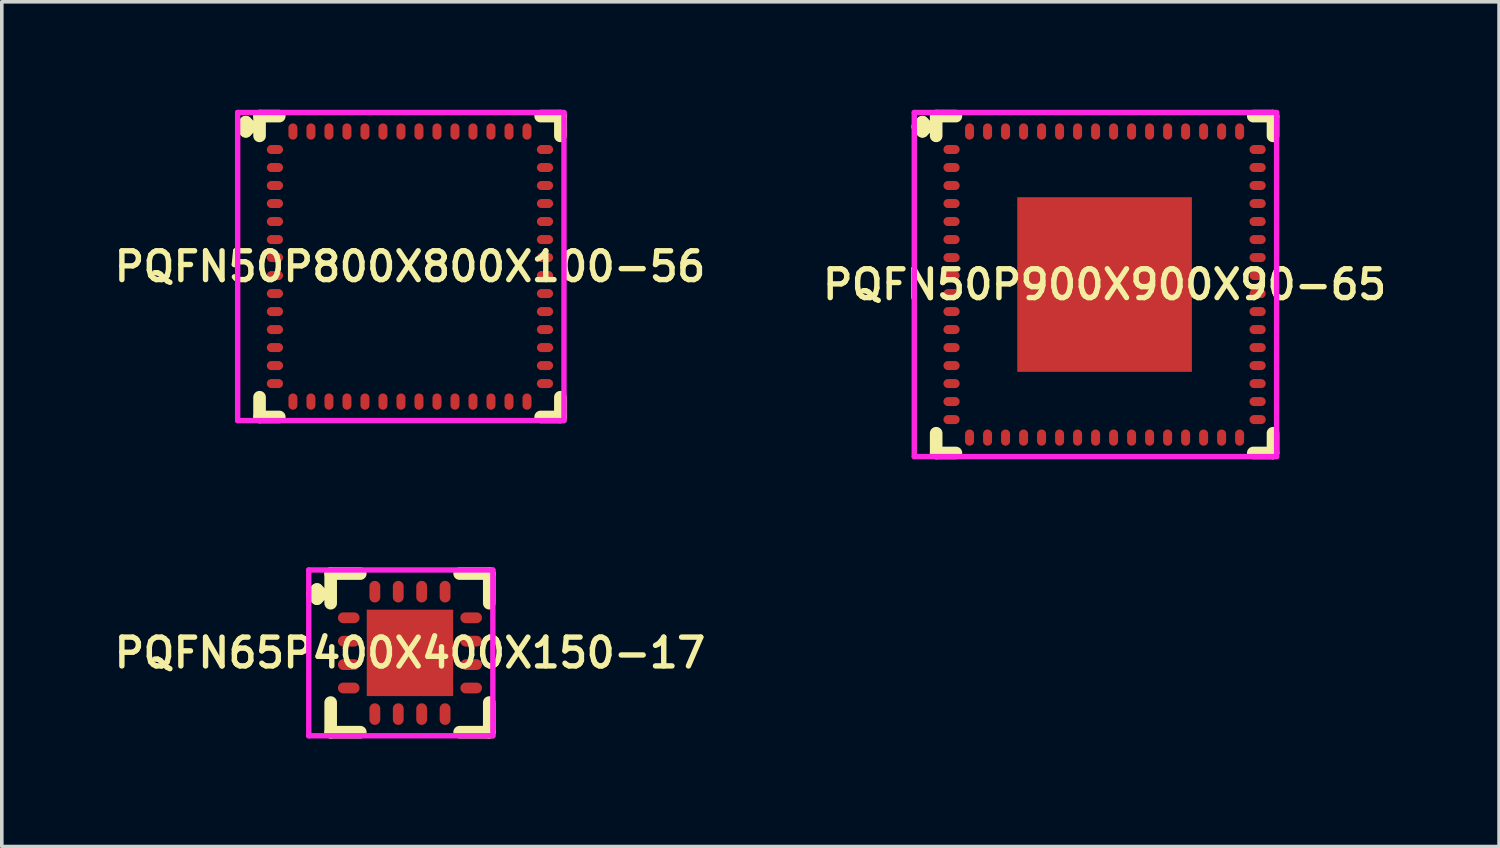
<source format=kicad_pcb>
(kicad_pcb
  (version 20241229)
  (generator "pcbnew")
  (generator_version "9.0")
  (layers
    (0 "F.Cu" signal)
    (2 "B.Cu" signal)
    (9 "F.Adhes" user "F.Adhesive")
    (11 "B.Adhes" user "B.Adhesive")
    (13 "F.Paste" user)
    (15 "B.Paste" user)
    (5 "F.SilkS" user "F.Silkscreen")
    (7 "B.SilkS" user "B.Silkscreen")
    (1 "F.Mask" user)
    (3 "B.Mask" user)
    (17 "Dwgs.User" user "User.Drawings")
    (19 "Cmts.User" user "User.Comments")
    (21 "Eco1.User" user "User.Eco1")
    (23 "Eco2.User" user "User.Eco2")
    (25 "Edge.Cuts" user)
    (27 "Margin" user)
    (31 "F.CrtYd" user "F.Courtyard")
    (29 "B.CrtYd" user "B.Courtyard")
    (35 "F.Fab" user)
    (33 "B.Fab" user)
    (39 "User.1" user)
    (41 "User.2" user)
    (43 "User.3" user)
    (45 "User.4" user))
  (footprint "PQFN65P400X400X150-17"
    (layer "F.Cu")
    (at 8.335 15.081)
    (property "Reference" "PQFN65P400X400X150-17" (at 0 0 0) (layer "F.SilkS") (effects (font (size 0.8 0.8) (thickness 0.15))))
    (attr smd)
    (fp_line (start -2.71 -1.633) (end -2.583 -1.76) (stroke (width 0.35) (type solid)) (layer "F.SilkS"))
    (fp_line (start -2.583 -1.76) (end -2.456 -1.633) (stroke (width 0.35) (type solid)) (layer "F.SilkS"))
    (fp_line (start -2.583 -1.506) (end -2.71 -1.633) (stroke (width 0.35) (type solid)) (layer "F.SilkS"))
    (fp_line (start -2.456 -1.633) (end -2.583 -1.506) (stroke (width 0.35) (type solid)) (layer "F.SilkS"))
    (fp_line (start -2.202 -2.202) (end -1.379 -2.202) (stroke (width 0.35) (type solid)) (layer "F.SilkS"))
    (fp_line (start -2.202 -1.379) (end -2.202 -2.202) (stroke (width 0.35) (type solid)) (layer "F.SilkS"))
    (fp_line (start -2.202 1.379) (end -2.202 2.202) (stroke (width 0.35) (type solid)) (layer "F.SilkS"))
    (fp_line (start -2.202 2.202) (end -1.379 2.202) (stroke (width 0.35) (type solid)) (layer "F.SilkS"))
    (fp_line (start 1.379 -2.202) (end 2.202 -2.202) (stroke (width 0.35) (type solid)) (layer "F.SilkS"))
    (fp_line (start 1.379 2.202) (end 2.202 2.202) (stroke (width 0.35) (type solid)) (layer "F.SilkS"))
    (fp_line (start 2.202 -2.202) (end 2.202 -1.379) (stroke (width 0.35) (type solid)) (layer "F.SilkS"))
    (fp_line (start 2.202 2.202) (end 2.202 1.379) (stroke (width 0.35) (type solid)) (layer "F.SilkS"))
    (fp_line (start -2.81 -2.302) (end 2.302 -2.302) (stroke (width 0.15) (type solid)) (layer "F.CrtYd"))
    (fp_line (start -2.81 2.302) (end -2.81 -2.302) (stroke (width 0.15) (type solid)) (layer "F.CrtYd"))
    (fp_line (start 2.302 -2.302) (end 2.302 2.302) (stroke (width 0.15) (type solid)) (layer "F.CrtYd"))
    (fp_line (start 2.302 2.302) (end -2.81 2.302) (stroke (width 0.15) (type solid)) (layer "F.CrtYd"))
    (pad "1" smd oval (at -1.7 -0.975) (size 0.6 0.3) (layers "F.Cu" "F.Mask" "F.Paste"))
    (pad "2" smd oval (at -1.7 -0.325) (size 0.6 0.3) (layers "F.Cu" "F.Mask" "F.Paste"))
    (pad "3" smd oval (at -1.7 0.325) (size 0.6 0.3) (layers "F.Cu" "F.Mask" "F.Paste"))
    (pad "4" smd oval (at -1.7 0.975) (size 0.6 0.3) (layers "F.Cu" "F.Mask" "F.Paste"))
    (pad "5" smd oval (at -0.975 1.7) (size 0.3 0.6) (layers "F.Cu" "F.Mask" "F.Paste"))
    (pad "6" smd oval (at -0.325 1.7) (size 0.3 0.6) (layers "F.Cu" "F.Mask" "F.Paste"))
    (pad "7" smd oval (at 0.325 1.7) (size 0.3 0.6) (layers "F.Cu" "F.Mask" "F.Paste"))
    (pad "8" smd oval (at 0.975 1.7) (size 0.3 0.6) (layers "F.Cu" "F.Mask" "F.Paste"))
    (pad "9" smd oval (at 1.7 0.975) (size 0.6 0.3) (layers "F.Cu" "F.Mask" "F.Paste"))
    (pad "10" smd oval (at 1.7 0.325) (size 0.6 0.3) (layers "F.Cu" "F.Mask" "F.Paste"))
    (pad "11" smd oval (at 1.7 -0.325) (size 0.6 0.3) (layers "F.Cu" "F.Mask" "F.Paste"))
    (pad "12" smd oval (at 1.7 -0.975) (size 0.6 0.3) (layers "F.Cu" "F.Mask" "F.Paste"))
    (pad "13" smd oval (at 0.975 -1.7) (size 0.3 0.6) (layers "F.Cu" "F.Mask" "F.Paste"))
    (pad "14" smd oval (at 0.325 -1.7) (size 0.3 0.6) (layers "F.Cu" "F.Mask" "F.Paste"))
    (pad "15" smd oval (at -0.325 -1.7) (size 0.3 0.6) (layers "F.Cu" "F.Mask" "F.Paste"))
    (pad "16" smd oval (at -0.975 -1.7) (size 0.3 0.6) (layers "F.Cu" "F.Mask" "F.Paste"))
    (pad "17" smd rect (at 0 0) (size 2.4 2.4) (layers "F.Cu" "F.Mask" "F.Paste")))
  (footprint "PQFN50P900X900X90-65"
    (layer "F.Cu")
    (at 27.625 4.852)
    (property "Reference" "PQFN50P900X900X90-65" (at 0 0 0) (layer "F.SilkS") (effects (font (size 0.8 0.8) (thickness 0.15))))
    (attr smd)
    (fp_line (start -5.185 -4.383) (end -5.058 -4.51) (stroke (width 0.35) (type solid)) (layer "F.SilkS"))
    (fp_line (start -5.058 -4.51) (end -4.931 -4.383) (stroke (width 0.35) (type solid)) (layer "F.SilkS"))
    (fp_line (start -5.058 -4.256) (end -5.185 -4.383) (stroke (width 0.35) (type solid)) (layer "F.SilkS"))
    (fp_line (start -4.931 -4.383) (end -5.058 -4.256) (stroke (width 0.35) (type solid)) (layer "F.SilkS"))
    (fp_line (start -4.677 -4.677) (end -4.129 -4.677) (stroke (width 0.35) (type solid)) (layer "F.SilkS"))
    (fp_line (start -4.677 -4.129) (end -4.677 -4.677) (stroke (width 0.35) (type solid)) (layer "F.SilkS"))
    (fp_line (start -4.677 4.129) (end -4.677 4.677) (stroke (width 0.35) (type solid)) (layer "F.SilkS"))
    (fp_line (start -4.677 4.677) (end -4.129 4.677) (stroke (width 0.35) (type solid)) (layer "F.SilkS"))
    (fp_line (start 4.129 -4.677) (end 4.677 -4.677) (stroke (width 0.35) (type solid)) (layer "F.SilkS"))
    (fp_line (start 4.129 4.677) (end 4.677 4.677) (stroke (width 0.35) (type solid)) (layer "F.SilkS"))
    (fp_line (start 4.677 -4.677) (end 4.677 -4.129) (stroke (width 0.35) (type solid)) (layer "F.SilkS"))
    (fp_line (start 4.677 4.677) (end 4.677 4.129) (stroke (width 0.35) (type solid)) (layer "F.SilkS"))
    (fp_line (start -5.285 -4.777) (end 4.777 -4.777) (stroke (width 0.15) (type solid)) (layer "F.CrtYd"))
    (fp_line (start -5.285 4.777) (end -5.285 -4.777) (stroke (width 0.15) (type solid)) (layer "F.CrtYd"))
    (fp_line (start 4.777 -4.777) (end 4.777 4.777) (stroke (width 0.15) (type solid)) (layer "F.CrtYd"))
    (fp_line (start 4.777 4.777) (end -5.285 4.777) (stroke (width 0.15) (type solid)) (layer "F.CrtYd"))
    (pad "1" smd oval (at -4.25 -3.75) (size 0.45 0.25) (layers "F.Cu" "F.Mask" "F.Paste"))
    (pad "2" smd oval (at -4.25 -3.25) (size 0.45 0.25) (layers "F.Cu" "F.Mask" "F.Paste"))
    (pad "3" smd oval (at -4.25 -2.75) (size 0.45 0.25) (layers "F.Cu" "F.Mask" "F.Paste"))
    (pad "4" smd oval (at -4.25 -2.25) (size 0.45 0.25) (layers "F.Cu" "F.Mask" "F.Paste"))
    (pad "5" smd oval (at -4.25 -1.75) (size 0.45 0.25) (layers "F.Cu" "F.Mask" "F.Paste"))
    (pad "6" smd oval (at -4.25 -1.25) (size 0.45 0.25) (layers "F.Cu" "F.Mask" "F.Paste"))
    (pad "7" smd oval (at -4.25 -0.75) (size 0.45 0.25) (layers "F.Cu" "F.Mask" "F.Paste"))
    (pad "8" smd oval (at -4.25 -0.25) (size 0.45 0.25) (layers "F.Cu" "F.Mask" "F.Paste"))
    (pad "9" smd oval (at -4.25 0.25) (size 0.45 0.25) (layers "F.Cu" "F.Mask" "F.Paste"))
    (pad "10" smd oval (at -4.25 0.75) (size 0.45 0.25) (layers "F.Cu" "F.Mask" "F.Paste"))
    (pad "11" smd oval (at -4.25 1.25) (size 0.45 0.25) (layers "F.Cu" "F.Mask" "F.Paste"))
    (pad "12" smd oval (at -4.25 1.75) (size 0.45 0.25) (layers "F.Cu" "F.Mask" "F.Paste"))
    (pad "13" smd oval (at -4.25 2.25) (size 0.45 0.25) (layers "F.Cu" "F.Mask" "F.Paste"))
    (pad "14" smd oval (at -4.25 2.75) (size 0.45 0.25) (layers "F.Cu" "F.Mask" "F.Paste"))
    (pad "15" smd oval (at -4.25 3.25) (size 0.45 0.25) (layers "F.Cu" "F.Mask" "F.Paste"))
    (pad "16" smd oval (at -4.25 3.75) (size 0.45 0.25) (layers "F.Cu" "F.Mask" "F.Paste"))
    (pad "17" smd oval (at -3.75 4.25) (size 0.25 0.45) (layers "F.Cu" "F.Mask" "F.Paste"))
    (pad "18" smd oval (at -3.25 4.25) (size 0.25 0.45) (layers "F.Cu" "F.Mask" "F.Paste"))
    (pad "19" smd oval (at -2.75 4.25) (size 0.25 0.45) (layers "F.Cu" "F.Mask" "F.Paste"))
    (pad "20" smd oval (at -2.25 4.25) (size 0.25 0.45) (layers "F.Cu" "F.Mask" "F.Paste"))
    (pad "21" smd oval (at -1.75 4.25) (size 0.25 0.45) (layers "F.Cu" "F.Mask" "F.Paste"))
    (pad "22" smd oval (at -1.25 4.25) (size 0.25 0.45) (layers "F.Cu" "F.Mask" "F.Paste"))
    (pad "23" smd oval (at -0.75 4.25) (size 0.25 0.45) (layers "F.Cu" "F.Mask" "F.Paste"))
    (pad "24" smd oval (at -0.25 4.25) (size 0.25 0.45) (layers "F.Cu" "F.Mask" "F.Paste"))
    (pad "25" smd oval (at 0.25 4.25) (size 0.25 0.45) (layers "F.Cu" "F.Mask" "F.Paste"))
    (pad "26" smd oval (at 0.75 4.25) (size 0.25 0.45) (layers "F.Cu" "F.Mask" "F.Paste"))
    (pad "27" smd oval (at 1.25 4.25) (size 0.25 0.45) (layers "F.Cu" "F.Mask" "F.Paste"))
    (pad "28" smd oval (at 1.75 4.25) (size 0.25 0.45) (layers "F.Cu" "F.Mask" "F.Paste"))
    (pad "29" smd oval (at 2.25 4.25) (size 0.25 0.45) (layers "F.Cu" "F.Mask" "F.Paste"))
    (pad "30" smd oval (at 2.75 4.25) (size 0.25 0.45) (layers "F.Cu" "F.Mask" "F.Paste"))
    (pad "31" smd oval (at 3.25 4.25) (size 0.25 0.45) (layers "F.Cu" "F.Mask" "F.Paste"))
    (pad "32" smd oval (at 3.75 4.25) (size 0.25 0.45) (layers "F.Cu" "F.Mask" "F.Paste"))
    (pad "33" smd oval (at 4.25 3.75) (size 0.45 0.25) (layers "F.Cu" "F.Mask" "F.Paste"))
    (pad "34" smd oval (at 4.25 3.25) (size 0.45 0.25) (layers "F.Cu" "F.Mask" "F.Paste"))
    (pad "35" smd oval (at 4.25 2.75) (size 0.45 0.25) (layers "F.Cu" "F.Mask" "F.Paste"))
    (pad "36" smd oval (at 4.25 2.25) (size 0.45 0.25) (layers "F.Cu" "F.Mask" "F.Paste"))
    (pad "37" smd oval (at 4.25 1.75) (size 0.45 0.25) (layers "F.Cu" "F.Mask" "F.Paste"))
    (pad "38" smd oval (at 4.25 1.25) (size 0.45 0.25) (layers "F.Cu" "F.Mask" "F.Paste"))
    (pad "39" smd oval (at 4.25 0.75) (size 0.45 0.25) (layers "F.Cu" "F.Mask" "F.Paste"))
    (pad "40" smd oval (at 4.25 0.25) (size 0.45 0.25) (layers "F.Cu" "F.Mask" "F.Paste"))
    (pad "41" smd oval (at 4.25 -0.25) (size 0.45 0.25) (layers "F.Cu" "F.Mask" "F.Paste"))
    (pad "42" smd oval (at 4.25 -0.75) (size 0.45 0.25) (layers "F.Cu" "F.Mask" "F.Paste"))
    (pad "43" smd oval (at 4.25 -1.25) (size 0.45 0.25) (layers "F.Cu" "F.Mask" "F.Paste"))
    (pad "44" smd oval (at 4.25 -1.75) (size 0.45 0.25) (layers "F.Cu" "F.Mask" "F.Paste"))
    (pad "45" smd oval (at 4.25 -2.25) (size 0.45 0.25) (layers "F.Cu" "F.Mask" "F.Paste"))
    (pad "46" smd oval (at 4.25 -2.75) (size 0.45 0.25) (layers "F.Cu" "F.Mask" "F.Paste"))
    (pad "47" smd oval (at 4.25 -3.25) (size 0.45 0.25) (layers "F.Cu" "F.Mask" "F.Paste"))
    (pad "48" smd oval (at 4.25 -3.75) (size 0.45 0.25) (layers "F.Cu" "F.Mask" "F.Paste"))
    (pad "49" smd oval (at 3.75 -4.25) (size 0.25 0.45) (layers "F.Cu" "F.Mask" "F.Paste"))
    (pad "50" smd oval (at 3.25 -4.25) (size 0.25 0.45) (layers "F.Cu" "F.Mask" "F.Paste"))
    (pad "51" smd oval (at 2.75 -4.25) (size 0.25 0.45) (layers "F.Cu" "F.Mask" "F.Paste"))
    (pad "52" smd oval (at 2.25 -4.25) (size 0.25 0.45) (layers "F.Cu" "F.Mask" "F.Paste"))
    (pad "53" smd oval (at 1.75 -4.25) (size 0.25 0.45) (layers "F.Cu" "F.Mask" "F.Paste"))
    (pad "54" smd oval (at 1.25 -4.25) (size 0.25 0.45) (layers "F.Cu" "F.Mask" "F.Paste"))
    (pad "55" smd oval (at 0.75 -4.25) (size 0.25 0.45) (layers "F.Cu" "F.Mask" "F.Paste"))
    (pad "56" smd oval (at 0.25 -4.25) (size 0.25 0.45) (layers "F.Cu" "F.Mask" "F.Paste"))
    (pad "57" smd oval (at -0.25 -4.25) (size 0.25 0.45) (layers "F.Cu" "F.Mask" "F.Paste"))
    (pad "58" smd oval (at -0.75 -4.25) (size 0.25 0.45) (layers "F.Cu" "F.Mask" "F.Paste"))
    (pad "59" smd oval (at -1.25 -4.25) (size 0.25 0.45) (layers "F.Cu" "F.Mask" "F.Paste"))
    (pad "60" smd oval (at -1.75 -4.25) (size 0.25 0.45) (layers "F.Cu" "F.Mask" "F.Paste"))
    (pad "61" smd oval (at -2.25 -4.25) (size 0.25 0.45) (layers "F.Cu" "F.Mask" "F.Paste"))
    (pad "62" smd oval (at -2.75 -4.25) (size 0.25 0.45) (layers "F.Cu" "F.Mask" "F.Paste"))
    (pad "63" smd oval (at -3.25 -4.25) (size 0.25 0.45) (layers "F.Cu" "F.Mask" "F.Paste"))
    (pad "64" smd oval (at -3.75 -4.25) (size 0.25 0.45) (layers "F.Cu" "F.Mask" "F.Paste"))
    (pad "65" smd rect (at 0 0) (size 4.85 4.85) (layers "F.Cu" "F.Mask" "F.Paste")))
  (footprint "PQFN50P800X800X100-56"
    (layer "F.Cu")
    (at 8.335 4.352)
    (property "Reference" "PQFN50P800X800X100-56" (at 0 0 0) (layer "F.SilkS") (effects (font (size 0.8 0.8) (thickness 0.15))))
    (attr smd)
    (fp_line (start -4.685 -3.883) (end -4.558 -4.01) (stroke (width 0.35) (type solid)) (layer "F.SilkS"))
    (fp_line (start -4.558 -4.01) (end -4.431 -3.883) (stroke (width 0.35) (type solid)) (layer "F.SilkS"))
    (fp_line (start -4.558 -3.756) (end -4.685 -3.883) (stroke (width 0.35) (type solid)) (layer "F.SilkS"))
    (fp_line (start -4.431 -3.883) (end -4.558 -3.756) (stroke (width 0.35) (type solid)) (layer "F.SilkS"))
    (fp_line (start -4.177 -4.177) (end -3.629 -4.177) (stroke (width 0.35) (type solid)) (layer "F.SilkS"))
    (fp_line (start -4.177 -3.629) (end -4.177 -4.177) (stroke (width 0.35) (type solid)) (layer "F.SilkS"))
    (fp_line (start -4.177 3.629) (end -4.177 4.177) (stroke (width 0.35) (type solid)) (layer "F.SilkS"))
    (fp_line (start -4.177 4.177) (end -3.629 4.177) (stroke (width 0.35) (type solid)) (layer "F.SilkS"))
    (fp_line (start 3.629 -4.177) (end 4.177 -4.177) (stroke (width 0.35) (type solid)) (layer "F.SilkS"))
    (fp_line (start 3.629 4.177) (end 4.177 4.177) (stroke (width 0.35) (type solid)) (layer "F.SilkS"))
    (fp_line (start 4.177 -4.177) (end 4.177 -3.629) (stroke (width 0.35) (type solid)) (layer "F.SilkS"))
    (fp_line (start 4.177 4.177) (end 4.177 3.629) (stroke (width 0.35) (type solid)) (layer "F.SilkS"))
    (fp_line (start -4.785 -4.277) (end 4.277 -4.277) (stroke (width 0.15) (type solid)) (layer "F.CrtYd"))
    (fp_line (start -4.785 4.277) (end -4.785 -4.277) (stroke (width 0.15) (type solid)) (layer "F.CrtYd"))
    (fp_line (start 4.277 -4.277) (end 4.277 4.277) (stroke (width 0.15) (type solid)) (layer "F.CrtYd"))
    (fp_line (start 4.277 4.277) (end -4.785 4.277) (stroke (width 0.15) (type solid)) (layer "F.CrtYd"))
    (pad "1" smd oval (at -3.75 -3.25) (size 0.45 0.25) (layers "F.Cu" "F.Mask" "F.Paste"))
    (pad "2" smd oval (at -3.75 -2.75) (size 0.45 0.25) (layers "F.Cu" "F.Mask" "F.Paste"))
    (pad "3" smd oval (at -3.75 -2.25) (size 0.45 0.25) (layers "F.Cu" "F.Mask" "F.Paste"))
    (pad "4" smd oval (at -3.75 -1.75) (size 0.45 0.25) (layers "F.Cu" "F.Mask" "F.Paste"))
    (pad "5" smd oval (at -3.75 -1.25) (size 0.45 0.25) (layers "F.Cu" "F.Mask" "F.Paste"))
    (pad "6" smd oval (at -3.75 -0.75) (size 0.45 0.25) (layers "F.Cu" "F.Mask" "F.Paste"))
    (pad "7" smd oval (at -3.75 -0.25) (size 0.45 0.25) (layers "F.Cu" "F.Mask" "F.Paste"))
    (pad "8" smd oval (at -3.75 0.25) (size 0.45 0.25) (layers "F.Cu" "F.Mask" "F.Paste"))
    (pad "9" smd oval (at -3.75 0.75) (size 0.45 0.25) (layers "F.Cu" "F.Mask" "F.Paste"))
    (pad "10" smd oval (at -3.75 1.25) (size 0.45 0.25) (layers "F.Cu" "F.Mask" "F.Paste"))
    (pad "11" smd oval (at -3.75 1.75) (size 0.45 0.25) (layers "F.Cu" "F.Mask" "F.Paste"))
    (pad "12" smd oval (at -3.75 2.25) (size 0.45 0.25) (layers "F.Cu" "F.Mask" "F.Paste"))
    (pad "13" smd oval (at -3.75 2.75) (size 0.45 0.25) (layers "F.Cu" "F.Mask" "F.Paste"))
    (pad "14" smd oval (at -3.75 3.25) (size 0.45 0.25) (layers "F.Cu" "F.Mask" "F.Paste"))
    (pad "15" smd oval (at -3.25 3.75) (size 0.25 0.45) (layers "F.Cu" "F.Mask" "F.Paste"))
    (pad "16" smd oval (at -2.75 3.75) (size 0.25 0.45) (layers "F.Cu" "F.Mask" "F.Paste"))
    (pad "17" smd oval (at -2.25 3.75) (size 0.25 0.45) (layers "F.Cu" "F.Mask" "F.Paste"))
    (pad "18" smd oval (at -1.75 3.75) (size 0.25 0.45) (layers "F.Cu" "F.Mask" "F.Paste"))
    (pad "19" smd oval (at -1.25 3.75) (size 0.25 0.45) (layers "F.Cu" "F.Mask" "F.Paste"))
    (pad "20" smd oval (at -0.75 3.75) (size 0.25 0.45) (layers "F.Cu" "F.Mask" "F.Paste"))
    (pad "21" smd oval (at -0.25 3.75) (size 0.25 0.45) (layers "F.Cu" "F.Mask" "F.Paste"))
    (pad "22" smd oval (at 0.25 3.75) (size 0.25 0.45) (layers "F.Cu" "F.Mask" "F.Paste"))
    (pad "23" smd oval (at 0.75 3.75) (size 0.25 0.45) (layers "F.Cu" "F.Mask" "F.Paste"))
    (pad "24" smd oval (at 1.25 3.75) (size 0.25 0.45) (layers "F.Cu" "F.Mask" "F.Paste"))
    (pad "25" smd oval (at 1.75 3.75) (size 0.25 0.45) (layers "F.Cu" "F.Mask" "F.Paste"))
    (pad "26" smd oval (at 2.25 3.75) (size 0.25 0.45) (layers "F.Cu" "F.Mask" "F.Paste"))
    (pad "27" smd oval (at 2.75 3.75) (size 0.25 0.45) (layers "F.Cu" "F.Mask" "F.Paste"))
    (pad "28" smd oval (at 3.25 3.75) (size 0.25 0.45) (layers "F.Cu" "F.Mask" "F.Paste"))
    (pad "29" smd oval (at 3.75 3.25) (size 0.45 0.25) (layers "F.Cu" "F.Mask" "F.Paste"))
    (pad "30" smd oval (at 3.75 2.75) (size 0.45 0.25) (layers "F.Cu" "F.Mask" "F.Paste"))
    (pad "31" smd oval (at 3.75 2.25) (size 0.45 0.25) (layers "F.Cu" "F.Mask" "F.Paste"))
    (pad "32" smd oval (at 3.75 1.75) (size 0.45 0.25) (layers "F.Cu" "F.Mask" "F.Paste"))
    (pad "33" smd oval (at 3.75 1.25) (size 0.45 0.25) (layers "F.Cu" "F.Mask" "F.Paste"))
    (pad "34" smd oval (at 3.75 0.75) (size 0.45 0.25) (layers "F.Cu" "F.Mask" "F.Paste"))
    (pad "35" smd oval (at 3.75 0.25) (size 0.45 0.25) (layers "F.Cu" "F.Mask" "F.Paste"))
    (pad "36" smd oval (at 3.75 -0.25) (size 0.45 0.25) (layers "F.Cu" "F.Mask" "F.Paste"))
    (pad "37" smd oval (at 3.75 -0.75) (size 0.45 0.25) (layers "F.Cu" "F.Mask" "F.Paste"))
    (pad "38" smd oval (at 3.75 -1.25) (size 0.45 0.25) (layers "F.Cu" "F.Mask" "F.Paste"))
    (pad "39" smd oval (at 3.75 -1.75) (size 0.45 0.25) (layers "F.Cu" "F.Mask" "F.Paste"))
    (pad "40" smd oval (at 3.75 -2.25) (size 0.45 0.25) (layers "F.Cu" "F.Mask" "F.Paste"))
    (pad "41" smd oval (at 3.75 -2.75) (size 0.45 0.25) (layers "F.Cu" "F.Mask" "F.Paste"))
    (pad "42" smd oval (at 3.75 -3.25) (size 0.45 0.25) (layers "F.Cu" "F.Mask" "F.Paste"))
    (pad "43" smd oval (at 3.25 -3.75) (size 0.25 0.45) (layers "F.Cu" "F.Mask" "F.Paste"))
    (pad "44" smd oval (at 2.75 -3.75) (size 0.25 0.45) (layers "F.Cu" "F.Mask" "F.Paste"))
    (pad "45" smd oval (at 2.25 -3.75) (size 0.25 0.45) (layers "F.Cu" "F.Mask" "F.Paste"))
    (pad "46" smd oval (at 1.75 -3.75) (size 0.25 0.45) (layers "F.Cu" "F.Mask" "F.Paste"))
    (pad "47" smd oval (at 1.25 -3.75) (size 0.25 0.45) (layers "F.Cu" "F.Mask" "F.Paste"))
    (pad "48" smd oval (at 0.75 -3.75) (size 0.25 0.45) (layers "F.Cu" "F.Mask" "F.Paste"))
    (pad "49" smd oval (at 0.25 -3.75) (size 0.25 0.45) (layers "F.Cu" "F.Mask" "F.Paste"))
    (pad "50" smd oval (at -0.25 -3.75) (size 0.25 0.45) (layers "F.Cu" "F.Mask" "F.Paste"))
    (pad "51" smd oval (at -0.75 -3.75) (size 0.25 0.45) (layers "F.Cu" "F.Mask" "F.Paste"))
    (pad "52" smd oval (at -1.25 -3.75) (size 0.25 0.45) (layers "F.Cu" "F.Mask" "F.Paste"))
    (pad "53" smd oval (at -1.75 -3.75) (size 0.25 0.45) (layers "F.Cu" "F.Mask" "F.Paste"))
    (pad "54" smd oval (at -2.25 -3.75) (size 0.25 0.45) (layers "F.Cu" "F.Mask" "F.Paste"))
    (pad "55" smd oval (at -2.75 -3.75) (size 0.25 0.45) (layers "F.Cu" "F.Mask" "F.Paste"))
    (pad "56" smd oval (at -3.25 -3.75) (size 0.25 0.45) (layers "F.Cu" "F.Mask" "F.Paste")))
  (gr_rect
    (start -3 -3)
    (end 38.58 20.458)
    (stroke (width 0.1) (type default))
    (fill no)
    (layer "Edge.Cuts")))
</source>
